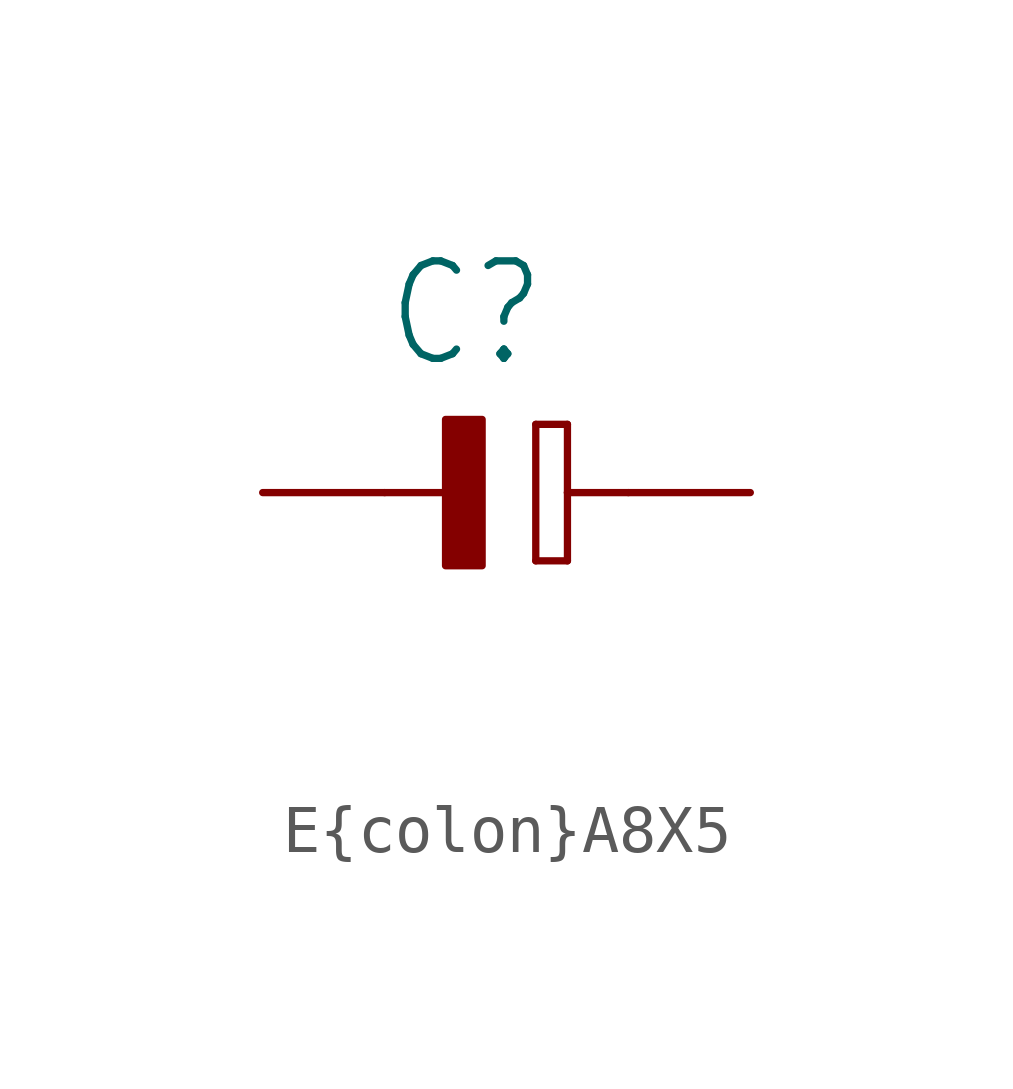
<source format=kicad_sym>
(kicad_symbol_lib
  (version 20241209)
  (generator "kicad_symbol_editor")
  (generator_version "9.0")
  (symbol "E{colon}A8X5"
    (property "Reference" "C"
      (at -2.54 2.54 0)
      (effects (font (size 2.032 1.727)) (justify left bottom)))
    (property "Value" ""
      (at -2.54 -5.08 0)
      (effects (font (size 2.032 1.727)) (justify left bottom)))
    (property "ki_locked" ""
      (at 0 0 0)
      (effects (font (size 1.27 1.27))))
    (symbol "E{colon}A8X5_1_0"
      (polyline (pts (xy -2.54 0) (xy -1.27 0)) (stroke (width 0.152) (type solid)) (fill (type none)))
      (rectangle (start -1.27 -1.524) (end -0.508 1.524) (stroke (width 0) (type default)) (fill (type outline)))
      (polyline (pts (xy 0.61 1.422) (xy 0.61 -1.422)) (stroke (width 0.152) (type solid)) (fill (type none)))
      (polyline (pts (xy 0.61 -1.422) (xy 1.27 -1.422)) (stroke (width 0.152) (type solid)) (fill (type none)))
      (polyline (pts (xy 1.27 1.422) (xy 0.61 1.422)) (stroke (width 0.152) (type solid)) (fill (type none)))
      (polyline (pts (xy 1.27 1.422) (xy 1.27 0)) (stroke (width 0.152) (type solid)) (fill (type none)))
      (polyline (pts (xy 1.27 0) (xy 1.27 -1.422)) (stroke (width 0.152) (type solid)) (fill (type none)))
      (polyline (pts (xy 1.27 0) (xy 2.54 0)) (stroke (width 0.152) (type solid)) (fill (type none)))
      (pin passive line (at -5.08 0 0) (length 2.54) (name "N" (effects (font (size 0 0)))) (number "2" (effects (font (size 0 0)))))
      (pin passive line (at 5.08 0 180) (length 2.54) (name "P" (effects (font (size 0 0)))) (number "1" (effects (font (size 0 0))))))))
</source>
